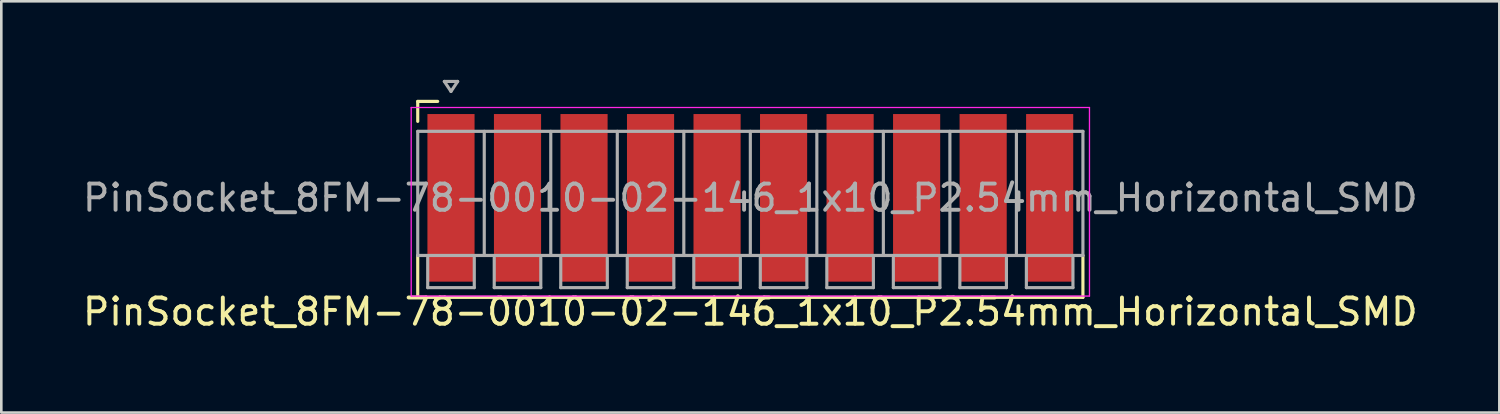
<source format=kicad_pcb>
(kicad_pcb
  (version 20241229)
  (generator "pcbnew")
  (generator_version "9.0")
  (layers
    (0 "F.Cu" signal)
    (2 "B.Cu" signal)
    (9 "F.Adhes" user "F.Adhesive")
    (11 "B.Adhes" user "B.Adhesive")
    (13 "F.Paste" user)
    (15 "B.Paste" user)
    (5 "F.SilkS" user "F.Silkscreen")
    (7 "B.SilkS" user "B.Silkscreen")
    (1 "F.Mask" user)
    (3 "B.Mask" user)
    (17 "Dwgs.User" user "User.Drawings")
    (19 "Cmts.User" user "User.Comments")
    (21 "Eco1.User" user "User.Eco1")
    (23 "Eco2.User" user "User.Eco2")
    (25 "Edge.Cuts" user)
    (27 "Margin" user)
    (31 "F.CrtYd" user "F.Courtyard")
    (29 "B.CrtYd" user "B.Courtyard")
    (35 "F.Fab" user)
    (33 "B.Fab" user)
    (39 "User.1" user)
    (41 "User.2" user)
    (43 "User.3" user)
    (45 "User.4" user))
  (footprint "PinSocket_8FM-78-0010-02-146_1x10_P2.54mm_Horizontal_SMD"
    (layer "F.Cu")
    (at 25.601 4.505)
    (property "Reference" "PinSocket_8FM-78-0010-02-146_1x10_P2.54mm_Horizontal_SMD" (at 0 4.35 0) (layer "F.SilkS") (effects (font (size 1 1) (thickness 0.15))))
    (attr smd)
    (fp_line (start -12.7 -3.683) (end -11.938 -3.683) (stroke (width 0.12) (type solid)) (layer "F.SilkS"))
    (fp_line (start -12.7 -2.921) (end -12.7 -3.683) (stroke (width 0.12) (type solid)) (layer "F.SilkS"))
    (fp_line (start -12.7 3.8) (end -12.7 2.2) (stroke (width 0.12) (type solid)) (layer "F.SilkS"))
    (fp_line (start -12.7 3.8) (end 12.7 3.8) (stroke (width 0.12) (type solid)) (layer "F.SilkS"))
    (fp_line (start 12.7 3.8) (end 12.7 2.2) (stroke (width 0.12) (type solid)) (layer "F.SilkS"))
    (fp_line (start -12.95 -3.45) (end -12.95 3.75) (stroke (width 0.05) (type solid)) (layer "F.CrtYd"))
    (fp_line (start -12.95 -3.45) (end 12.95 -3.45) (stroke (width 0.05) (type solid)) (layer "F.CrtYd"))
    (fp_line (start -12.95 3.75) (end 12.95 3.75) (stroke (width 0.05) (type solid)) (layer "F.CrtYd"))
    (fp_line (start 12.95 -3.45) (end 12.95 3.75) (stroke (width 0.05) (type solid)) (layer "F.CrtYd"))
    (fp_line (start -12.7 -2.54) (end 12.7 -2.54) (stroke (width 0.12) (type solid)) (layer "F.Fab"))
    (fp_line (start -12.7 2.2) (end -12.7 -2.54) (stroke (width 0.12) (type solid)) (layer "F.Fab"))
    (fp_line (start -12.319 2.286) (end -12.319 3.429) (stroke (width 0.12) (type solid)) (layer "F.Fab"))
    (fp_line (start -12.319 3.429) (end -10.541 3.429) (stroke (width 0.12) (type solid)) (layer "F.Fab"))
    (fp_line (start -11.684 -4.445) (end -11.43 -4.064) (stroke (width 0.12) (type solid)) (layer "F.Fab"))
    (fp_line (start -11.43 -4.064) (end -11.176 -4.445) (stroke (width 0.12) (type solid)) (layer "F.Fab"))
    (fp_line (start -11.176 -4.445) (end -11.684 -4.445) (stroke (width 0.12) (type solid)) (layer "F.Fab"))
    (fp_line (start -10.541 3.429) (end -10.541 2.286) (stroke (width 0.12) (type solid)) (layer "F.Fab"))
    (fp_line (start -10.16 -2.54) (end -10.16 2.2) (stroke (width 0.12) (type solid)) (layer "F.Fab"))
    (fp_line (start -9.779 2.286) (end -9.779 3.429) (stroke (width 0.12) (type solid)) (layer "F.Fab"))
    (fp_line (start -9.779 3.429) (end -8.001 3.429) (stroke (width 0.12) (type solid)) (layer "F.Fab"))
    (fp_line (start -8.001 3.429) (end -8.001 2.286) (stroke (width 0.12) (type solid)) (layer "F.Fab"))
    (fp_line (start -7.62 -2.54) (end -7.62 2.2) (stroke (width 0.12) (type solid)) (layer "F.Fab"))
    (fp_line (start -7.239 2.286) (end -7.239 3.429) (stroke (width 0.12) (type solid)) (layer "F.Fab"))
    (fp_line (start -7.239 3.429) (end -5.461 3.429) (stroke (width 0.12) (type solid)) (layer "F.Fab"))
    (fp_line (start -5.461 3.429) (end -5.461 2.286) (stroke (width 0.12) (type solid)) (layer "F.Fab"))
    (fp_line (start -5.08 -2.54) (end -5.08 2.2) (stroke (width 0.12) (type solid)) (layer "F.Fab"))
    (fp_line (start -4.699 2.286) (end -4.699 3.429) (stroke (width 0.12) (type solid)) (layer "F.Fab"))
    (fp_line (start -4.699 3.429) (end -2.921 3.429) (stroke (width 0.12) (type solid)) (layer "F.Fab"))
    (fp_line (start -2.921 3.429) (end -2.921 2.286) (stroke (width 0.12) (type solid)) (layer "F.Fab"))
    (fp_line (start -2.54 -2.54) (end -2.54 2.2) (stroke (width 0.12) (type solid)) (layer "F.Fab"))
    (fp_line (start -2.159 2.286) (end -2.159 3.429) (stroke (width 0.12) (type solid)) (layer "F.Fab"))
    (fp_line (start -2.159 3.429) (end -0.381 3.429) (stroke (width 0.12) (type solid)) (layer "F.Fab"))
    (fp_line (start -0.381 3.429) (end -0.381 2.286) (stroke (width 0.12) (type solid)) (layer "F.Fab"))
    (fp_line (start 0 -2.54) (end 0 2.2) (stroke (width 0.12) (type solid)) (layer "F.Fab"))
    (fp_line (start 0.381 2.286) (end 0.381 3.429) (stroke (width 0.12) (type solid)) (layer "F.Fab"))
    (fp_line (start 0.381 3.429) (end 2.159 3.429) (stroke (width 0.12) (type solid)) (layer "F.Fab"))
    (fp_line (start 2.159 3.429) (end 2.159 2.286) (stroke (width 0.12) (type solid)) (layer "F.Fab"))
    (fp_line (start 2.54 -2.54) (end 2.54 2.2) (stroke (width 0.12) (type solid)) (layer "F.Fab"))
    (fp_line (start 2.921 2.286) (end 2.921 3.429) (stroke (width 0.12) (type solid)) (layer "F.Fab"))
    (fp_line (start 2.921 3.429) (end 4.699 3.429) (stroke (width 0.12) (type solid)) (layer "F.Fab"))
    (fp_line (start 4.699 3.429) (end 4.699 2.286) (stroke (width 0.12) (type solid)) (layer "F.Fab"))
    (fp_line (start 5.08 -2.54) (end 5.08 2.2) (stroke (width 0.12) (type solid)) (layer "F.Fab"))
    (fp_line (start 5.461 2.286) (end 5.461 3.429) (stroke (width 0.12) (type solid)) (layer "F.Fab"))
    (fp_line (start 5.461 3.429) (end 7.239 3.429) (stroke (width 0.12) (type solid)) (layer "F.Fab"))
    (fp_line (start 7.239 3.429) (end 7.239 2.286) (stroke (width 0.12) (type solid)) (layer "F.Fab"))
    (fp_line (start 7.62 -2.54) (end 7.62 2.2) (stroke (width 0.12) (type solid)) (layer "F.Fab"))
    (fp_line (start 8.001 2.286) (end 8.001 3.429) (stroke (width 0.12) (type solid)) (layer "F.Fab"))
    (fp_line (start 8.001 3.429) (end 9.779 3.429) (stroke (width 0.12) (type solid)) (layer "F.Fab"))
    (fp_line (start 9.779 3.429) (end 9.779 2.286) (stroke (width 0.12) (type solid)) (layer "F.Fab"))
    (fp_line (start 10.16 -2.54) (end 10.16 2.2) (stroke (width 0.12) (type solid)) (layer "F.Fab"))
    (fp_line (start 10.541 2.286) (end 10.541 3.429) (stroke (width 0.12) (type solid)) (layer "F.Fab"))
    (fp_line (start 10.541 3.429) (end 12.319 3.429) (stroke (width 0.12) (type solid)) (layer "F.Fab"))
    (fp_line (start 12.319 3.429) (end 12.319 2.286) (stroke (width 0.12) (type solid)) (layer "F.Fab"))
    (fp_line (start 12.7 -2.54) (end 12.7 2.2) (stroke (width 0.12) (type solid)) (layer "F.Fab"))
    (fp_line (start 12.7 2.2) (end -12.7 2.2) (stroke (width 0.12) (type solid)) (layer "F.Fab"))
    (fp_text user "${REFERENCE}" (at 0 0 0) (layer "F.Fab") (effects (font (size 1 1) (thickness 0.15))))
    (pad "1" smd rect (at -11.43 0) (size 1.8 6.4) (layers "F.Cu" "F.Mask" "F.Paste"))
    (pad "2" smd rect (at -8.89 0) (size 1.8 6.4) (layers "F.Cu" "F.Mask" "F.Paste"))
    (pad "3" smd rect (at -6.35 0) (size 1.8 6.4) (layers "F.Cu" "F.Mask" "F.Paste"))
    (pad "4" smd rect (at -3.81 0) (size 1.8 6.4) (layers "F.Cu" "F.Mask" "F.Paste"))
    (pad "5" smd rect (at -1.27 0) (size 1.8 6.4) (layers "F.Cu" "F.Mask" "F.Paste"))
    (pad "6" smd rect (at 1.27 0) (size 1.8 6.4) (layers "F.Cu" "F.Mask" "F.Paste"))
    (pad "7" smd rect (at 3.81 0) (size 1.8 6.4) (layers "F.Cu" "F.Mask" "F.Paste"))
    (pad "8" smd rect (at 6.35 0) (size 1.8 6.4) (layers "F.Cu" "F.Mask" "F.Paste"))
    (pad "9" smd rect (at 8.89 0) (size 1.8 6.4) (layers "F.Cu" "F.Mask" "F.Paste"))
    (pad "10" smd rect (at 11.43 0) (size 1.8 6.4) (layers "F.Cu" "F.Mask" "F.Paste")))
  (gr_rect
    (start -3 -3)
    (end 54.202 12.703)
    (stroke (width 0.1) (type default))
    (fill no)
    (layer "Edge.Cuts")))
</source>
